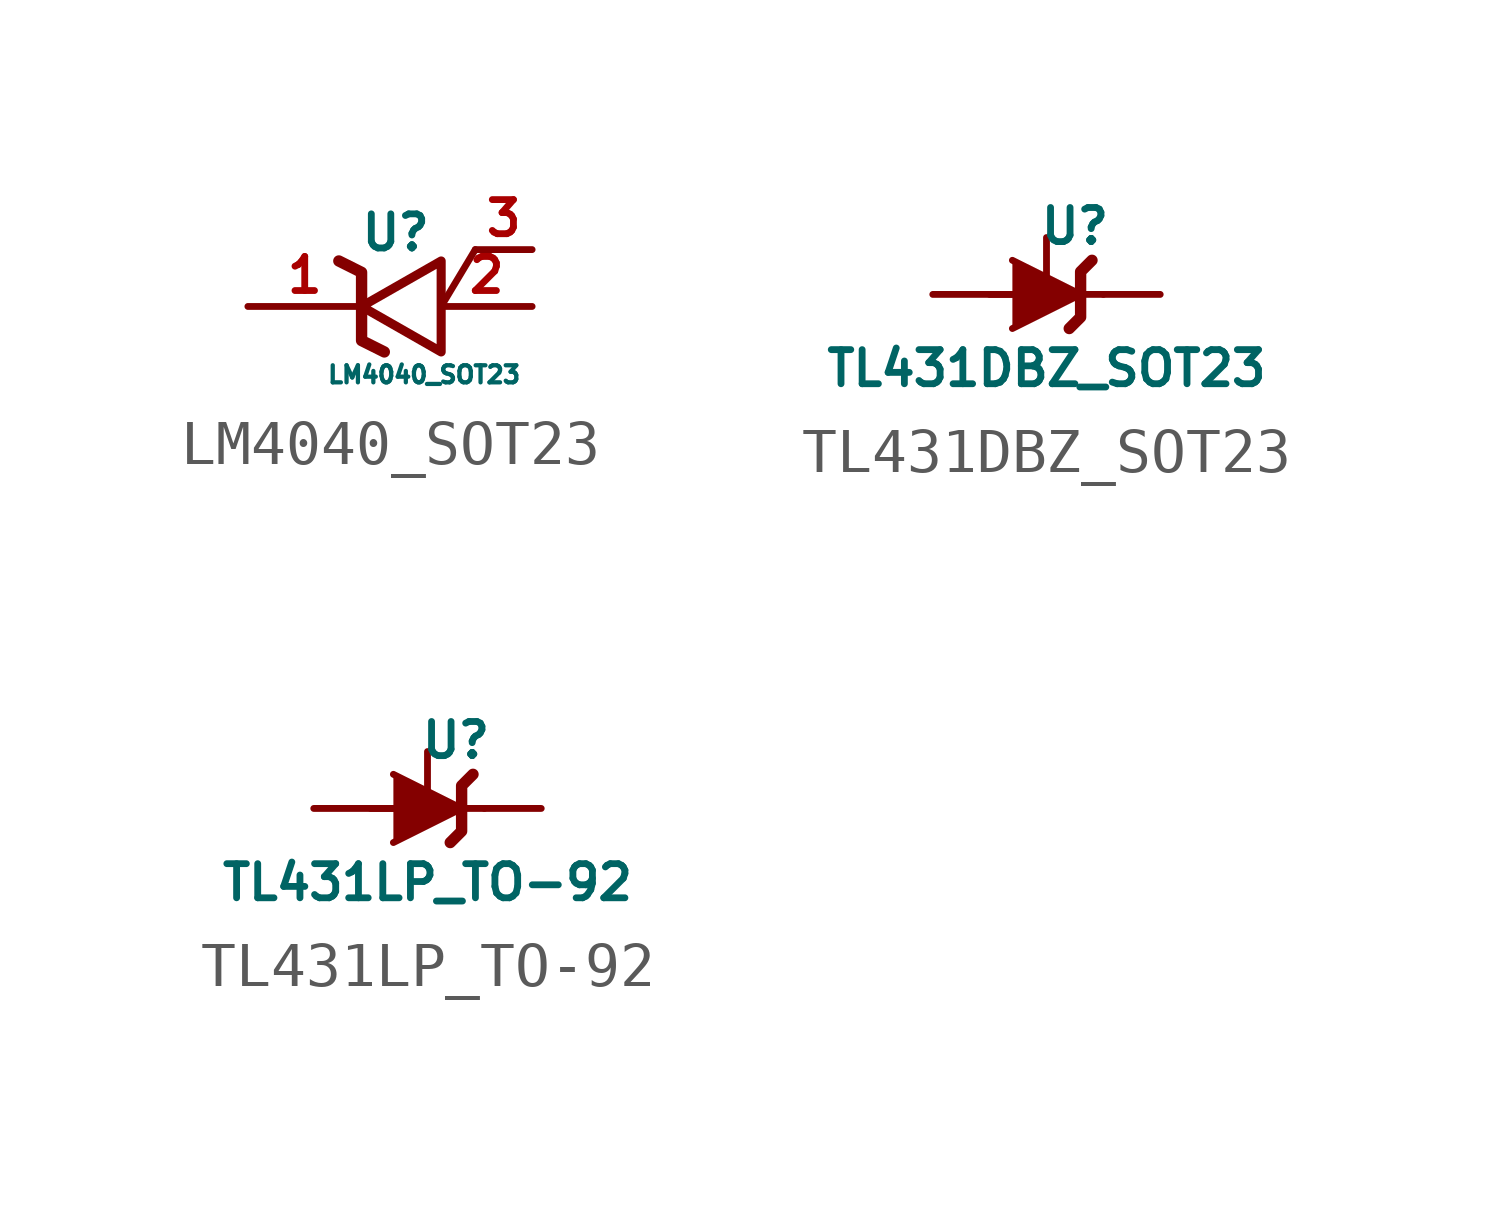
<source format=kicad_sym>
(kicad_symbol_lib
  (version 20200126)
  (host kicad_symbol_editor "(5.99.0-2427-g039b6fd5c)")
  (symbol "Bobs_Voltage_References:LM4040_SOT23"
    (pin_names hide)
    (property "Reference" "U"
      (at -0.508 1.651 0)
      (effects (font (size 0.762 0.762))))
    (property "Value" "LM4040_SOT23"
      (at 0.127 -1.524 0)
      (effects (font (size 0.381 0.381))))
    (symbol "LM4040_SOT23_0_1"
      (polyline (pts (xy 1.27 1.27) (xy 0.508 0)) (stroke (width 0)) (fill (type none)))
      (polyline (pts (xy -1.778 1.016) (xy -1.27 0.762) (xy -1.27 -0.762) (xy -0.762 -1.016)) (stroke (width 0.254)) (fill (type none)))
      (polyline (pts (xy 0.508 -1.016) (xy 0.508 1.016) (xy -1.27 0) (xy 0.508 -1.016)) (stroke (width 0.203)) (fill (type none))))
    (symbol "LM4040_SOT23_1_1"
      (pin passive line (at -3.81 0 0) (length 2.54) (name "Cathode" (effects (font (size 0.762 0.762)))) (number "1" (effects (font (size 0.762 0.762)))))
      (pin passive line (at 2.54 0 180) (length 2.032) (name "Anode" (effects (font (size 0.762 0.762)))) (number "2" (effects (font (size 0.762 0.762)))))
      (pin passive line (at 2.54 1.27 180) (length 1.27) (name "Not_really_connected" (effects (font (size 0.762 0.762)))) (number "3" (effects (font (size 0.762 0.762)))))))
  (symbol "Bobs_Voltage_References:TL431DBZ_SOT23"
    (pin_numbers hide)
    (pin_names
      (offset 0.508) hide)
    (property "Reference" "U"
      (at 0.635 1.524 0)
      (effects (font (size 0.762 0.762))))
    (property "Value" "TL431DBZ_SOT23"
      (at 0 -1.651 0)
      (effects (font (size 0.762 0.762))))
    (symbol "TL431DBZ_SOT23_0_1"
      (polyline (pts (xy -1.27 0) (xy 0 0) (xy 1.27 0)) (stroke (width 0)) (fill (type none)))
      (polyline (pts (xy -0.762 0.762) (xy 0.762 0) (xy -0.762 -0.762)) (stroke (width 0)) (fill (type outline)))
      (polyline (pts (xy 0.508 -0.762) (xy 0.762 -0.508) (xy 0.762 0.508) (xy 1.016 0.762)) (stroke (width 0.254)) (fill (type none))))
    (symbol "TL431DBZ_SOT23_1_1"
      (pin passive line (at 2.54 0 180) (length 1.27) (name "K" (effects (font (size 1.27 1.27)))) (number "1" (effects (font (size 1.27 1.27)))))
      (pin passive line (at 0 1.27 270) (length 1.27) (name "REF" (effects (font (size 1.27 1.27)))) (number "2" (effects (font (size 1.27 1.27)))))
      (pin passive line (at -2.54 0 0) (length 2.54) (name "A" (effects (font (size 1.27 1.27)))) (number "3" (effects (font (size 1.27 1.27)))))))
  (symbol "Bobs_Voltage_References:TL431LP_TO-92"
    (pin_numbers hide)
    (pin_names
      (offset 0.508) hide)
    (property "Reference" "U"
      (at 0.635 1.524 0)
      (effects (font (size 0.762 0.762))))
    (property "Value" "TL431LP_TO-92"
      (at 0 -1.651 0)
      (effects (font (size 0.762 0.762))))
    (symbol "TL431LP_TO-92_0_1"
      (polyline (pts (xy -1.27 0) (xy 0 0) (xy 1.27 0)) (stroke (width 0)) (fill (type none)))
      (polyline (pts (xy -0.762 0.762) (xy 0.762 0) (xy -0.762 -0.762)) (stroke (width 0)) (fill (type outline)))
      (polyline (pts (xy 0.508 -0.762) (xy 0.762 -0.508) (xy 0.762 0.508) (xy 1.016 0.762)) (stroke (width 0.254)) (fill (type none))))
    (symbol "TL431LP_TO-92_1_1"
      (pin passive line (at 0 1.27 270) (length 1.27) (name "REF" (effects (font (size 1.27 1.27)))) (number "1" (effects (font (size 1.27 1.27)))))
      (pin passive line (at -2.54 0 0) (length 2.54) (name "A" (effects (font (size 1.27 1.27)))) (number "2" (effects (font (size 1.27 1.27)))))
      (pin passive line (at 2.54 0 180) (length 1.27) (name "K" (effects (font (size 1.27 1.27)))) (number "3" (effects (font (size 1.27 1.27))))))))
</source>
